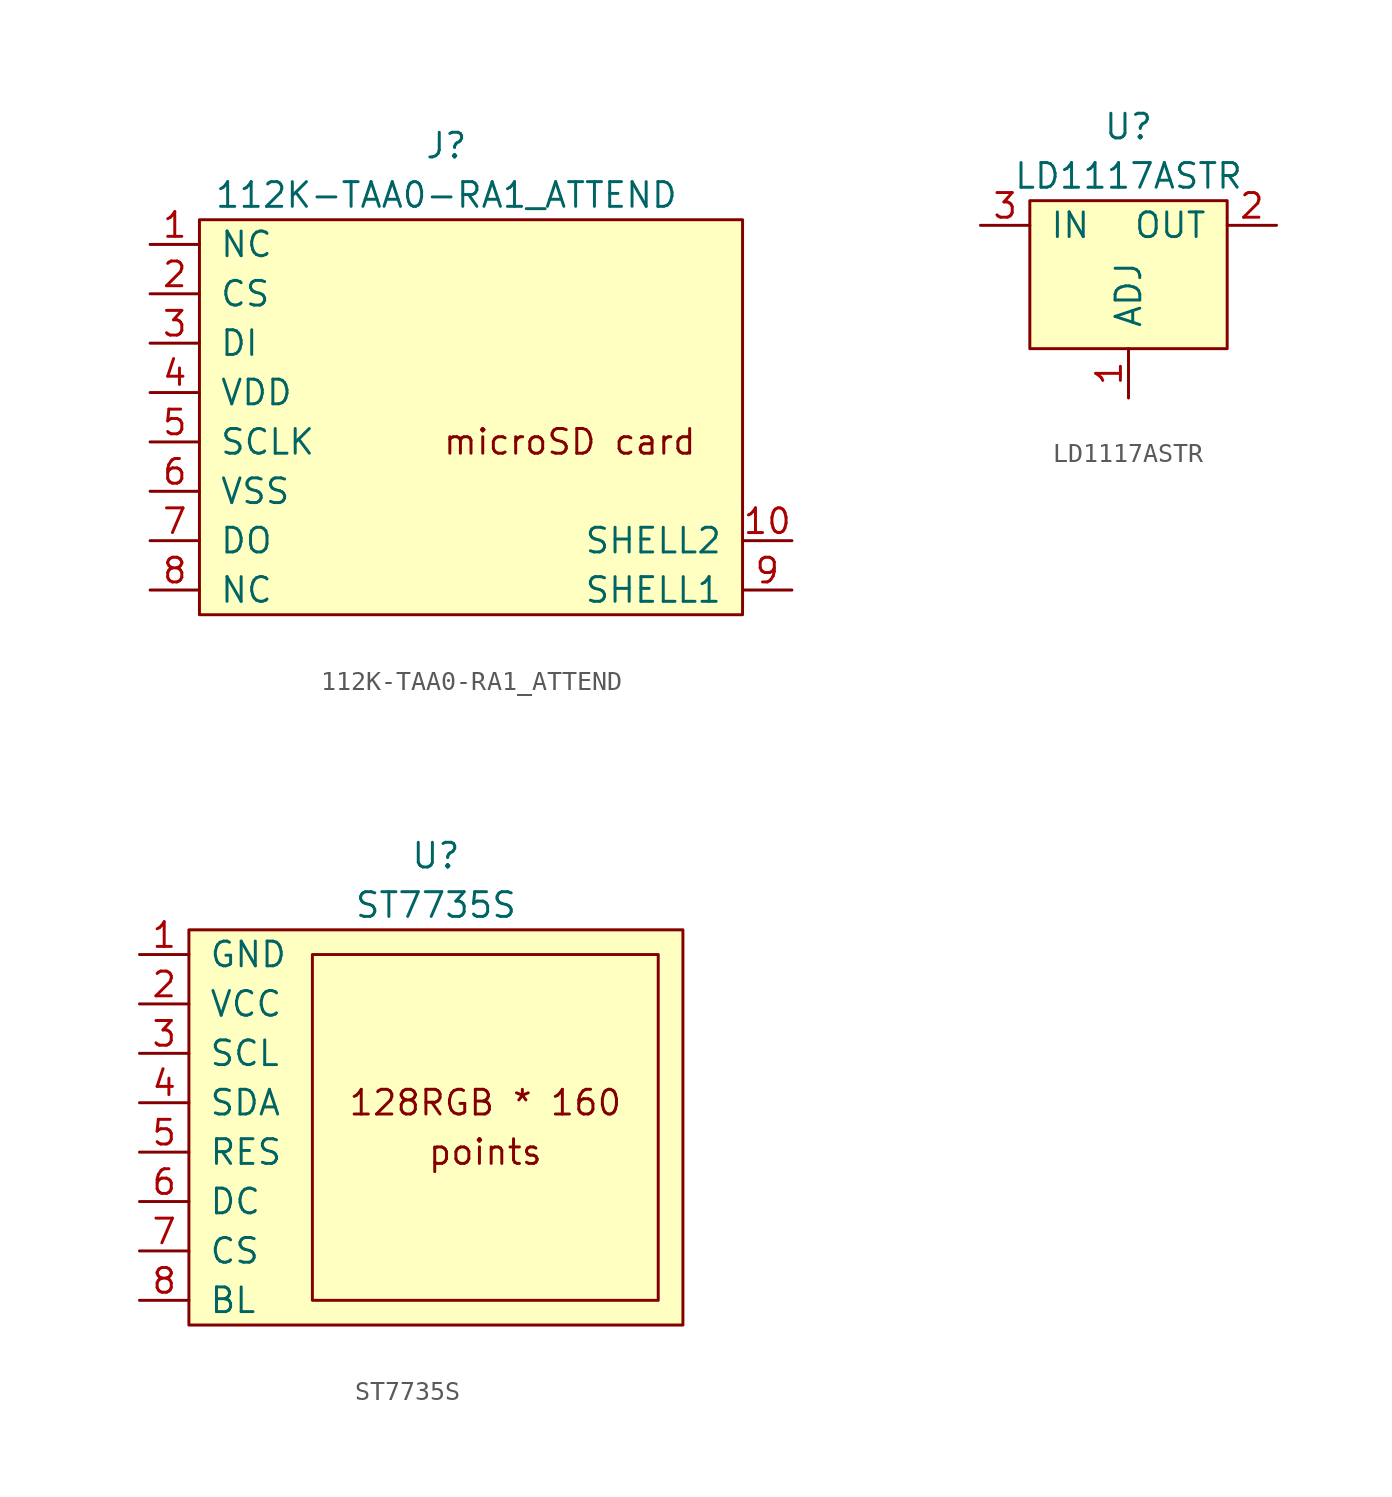
<source format=kicad_sym>
(kicad_symbol_lib
  (version 20210619)
  (generator kicad_symbol_editor)
  (symbol "ProcessingAndStorage:112K-TAA0-RA1_ATTEND"
    (pin_names
      (offset 1.016))
    (property "Reference" "J"
      (at 0 3.81 0)
      (effects (font (size 1.27 1.27))))
    (property "Value" "112K-TAA0-RA1_ATTEND"
      (at 0 1.27 0)
      (effects (font (size 1.27 1.27))))
    (symbol "112K-TAA0-RA1_ATTEND_0_0"
      (text "microSD card" (at 6.35 -11.43 0) (effects (font (size 1.27 1.27))))
      (rectangle (start -12.7 -20.32) (end 15.24 0) (stroke (width 0)) (fill (type background))))
    (symbol "112K-TAA0-RA1_ATTEND_1_1"
      (pin input line (at -15.24 -1.27 0) (length 2.54) (name "NC" (effects (font (size 1.27 1.27)))) (number "1" (effects (font (size 1.27 1.27)))))
      (pin input line (at 17.78 -16.51 180) (length 2.54) (name "SHELL2" (effects (font (size 1.27 1.27)))) (number "10" (effects (font (size 1.27 1.27)))))
      (pin input line (at -15.24 -3.81 0) (length 2.54) (name "CS" (effects (font (size 1.27 1.27)))) (number "2" (effects (font (size 1.27 1.27)))))
      (pin bidirectional line (at -15.24 -6.35 0) (length 2.54) (name "DI" (effects (font (size 1.27 1.27)))) (number "3" (effects (font (size 1.27 1.27)))))
      (pin power_in line (at -15.24 -8.89 0) (length 2.54) (name "VDD" (effects (font (size 1.27 1.27)))) (number "4" (effects (font (size 1.27 1.27)))))
      (pin input line (at -15.24 -11.43 0) (length 2.54) (name "SCLK" (effects (font (size 1.27 1.27)))) (number "5" (effects (font (size 1.27 1.27)))))
      (pin power_in line (at -15.24 -13.97 0) (length 2.54) (name "VSS" (effects (font (size 1.27 1.27)))) (number "6" (effects (font (size 1.27 1.27)))))
      (pin input line (at -15.24 -16.51 0) (length 2.54) (name "DO" (effects (font (size 1.27 1.27)))) (number "7" (effects (font (size 1.27 1.27)))))
      (pin input line (at -15.24 -19.05 0) (length 2.54) (name "NC" (effects (font (size 1.27 1.27)))) (number "8" (effects (font (size 1.27 1.27)))))
      (pin input line (at 17.78 -19.05 180) (length 2.54) (name "SHELL1" (effects (font (size 1.27 1.27)))) (number "9" (effects (font (size 1.27 1.27)))))))
  (symbol "ProcessingAndStorage:LD1117ASTR"
    (pin_names
      (offset 1.016))
    (property "Reference" "U"
      (at 0 3.81 0)
      (effects (font (size 1.27 1.27))))
    (property "Value" "LD1117ASTR"
      (at 0 1.27 0)
      (effects (font (size 1.27 1.27))))
    (symbol "LD1117ASTR_0_1"
      (rectangle (start -5.08 0) (end 5.08 -7.62) (stroke (width 0)) (fill (type background))))
    (symbol "LD1117ASTR_1_1"
      (pin power_out line (at 0 -10.16 90) (length 2.54) (name "ADJ" (effects (font (size 1.27 1.27)))) (number "1" (effects (font (size 1.27 1.27)))))
      (pin power_out line (at 7.62 -1.27 180) (length 2.54) (name "OUT" (effects (font (size 1.27 1.27)))) (number "2" (effects (font (size 1.27 1.27)))))
      (pin power_in line (at -7.62 -1.27 0) (length 2.54) (name "IN" (effects (font (size 1.27 1.27)))) (number "3" (effects (font (size 1.27 1.27)))))
      (pin no_connect line (at -7.62 -5.08 0) (length 2.54) hide (name "NC" (effects (font (size 1.27 1.27)))) (number "4" (effects (font (size 1.27 1.27)))))))
  (symbol "ProcessingAndStorage:ST7735S"
    (pin_names
      (offset 1.016))
    (property "Reference" "U"
      (at 12.7 3.81 0)
      (effects (font (size 1.27 1.27))))
    (property "Value" "ST7735S"
      (at 12.7 1.27 0)
      (effects (font (size 1.27 1.27))))
    (symbol "ST7735S_0_0"
      (text "128RGB * 160" (at 15.24 -8.89 0) (effects (font (size 1.27 1.27))))
      (text "points" (at 15.24 -11.43 0) (effects (font (size 1.27 1.27)))))
    (symbol "ST7735S_0_1"
      (rectangle (start 6.35 -1.27) (end 24.13 -19.05) (stroke (width 0)) (fill (type none)))
      (rectangle (start 0 0) (end 25.4 -20.32) (stroke (width 0)) (fill (type background))))
    (symbol "ST7735S_1_1"
      (pin input line (at -2.54 -1.27 0) (length 2.54) (name "GND" (effects (font (size 1.27 1.27)))) (number "1" (effects (font (size 1.27 1.27)))))
      (pin power_in line (at -2.54 -3.81 0) (length 2.54) (name "VCC" (effects (font (size 1.27 1.27)))) (number "2" (effects (font (size 1.27 1.27)))))
      (pin input line (at -2.54 -6.35 0) (length 2.54) (name "SCL" (effects (font (size 1.27 1.27)))) (number "3" (effects (font (size 1.27 1.27)))))
      (pin input line (at -2.54 -8.89 0) (length 2.54) (name "SDA" (effects (font (size 1.27 1.27)))) (number "4" (effects (font (size 1.27 1.27)))))
      (pin input line (at -2.54 -11.43 0) (length 2.54) (name "RES" (effects (font (size 1.27 1.27)))) (number "5" (effects (font (size 1.27 1.27)))))
      (pin input line (at -2.54 -13.97 0) (length 2.54) (name "DC" (effects (font (size 1.27 1.27)))) (number "6" (effects (font (size 1.27 1.27)))))
      (pin input line (at -2.54 -16.51 0) (length 2.54) (name "CS" (effects (font (size 1.27 1.27)))) (number "7" (effects (font (size 1.27 1.27)))))
      (pin input line (at -2.54 -19.05 0) (length 2.54) (name "BL" (effects (font (size 1.27 1.27)))) (number "8" (effects (font (size 1.27 1.27))))))))
</source>
